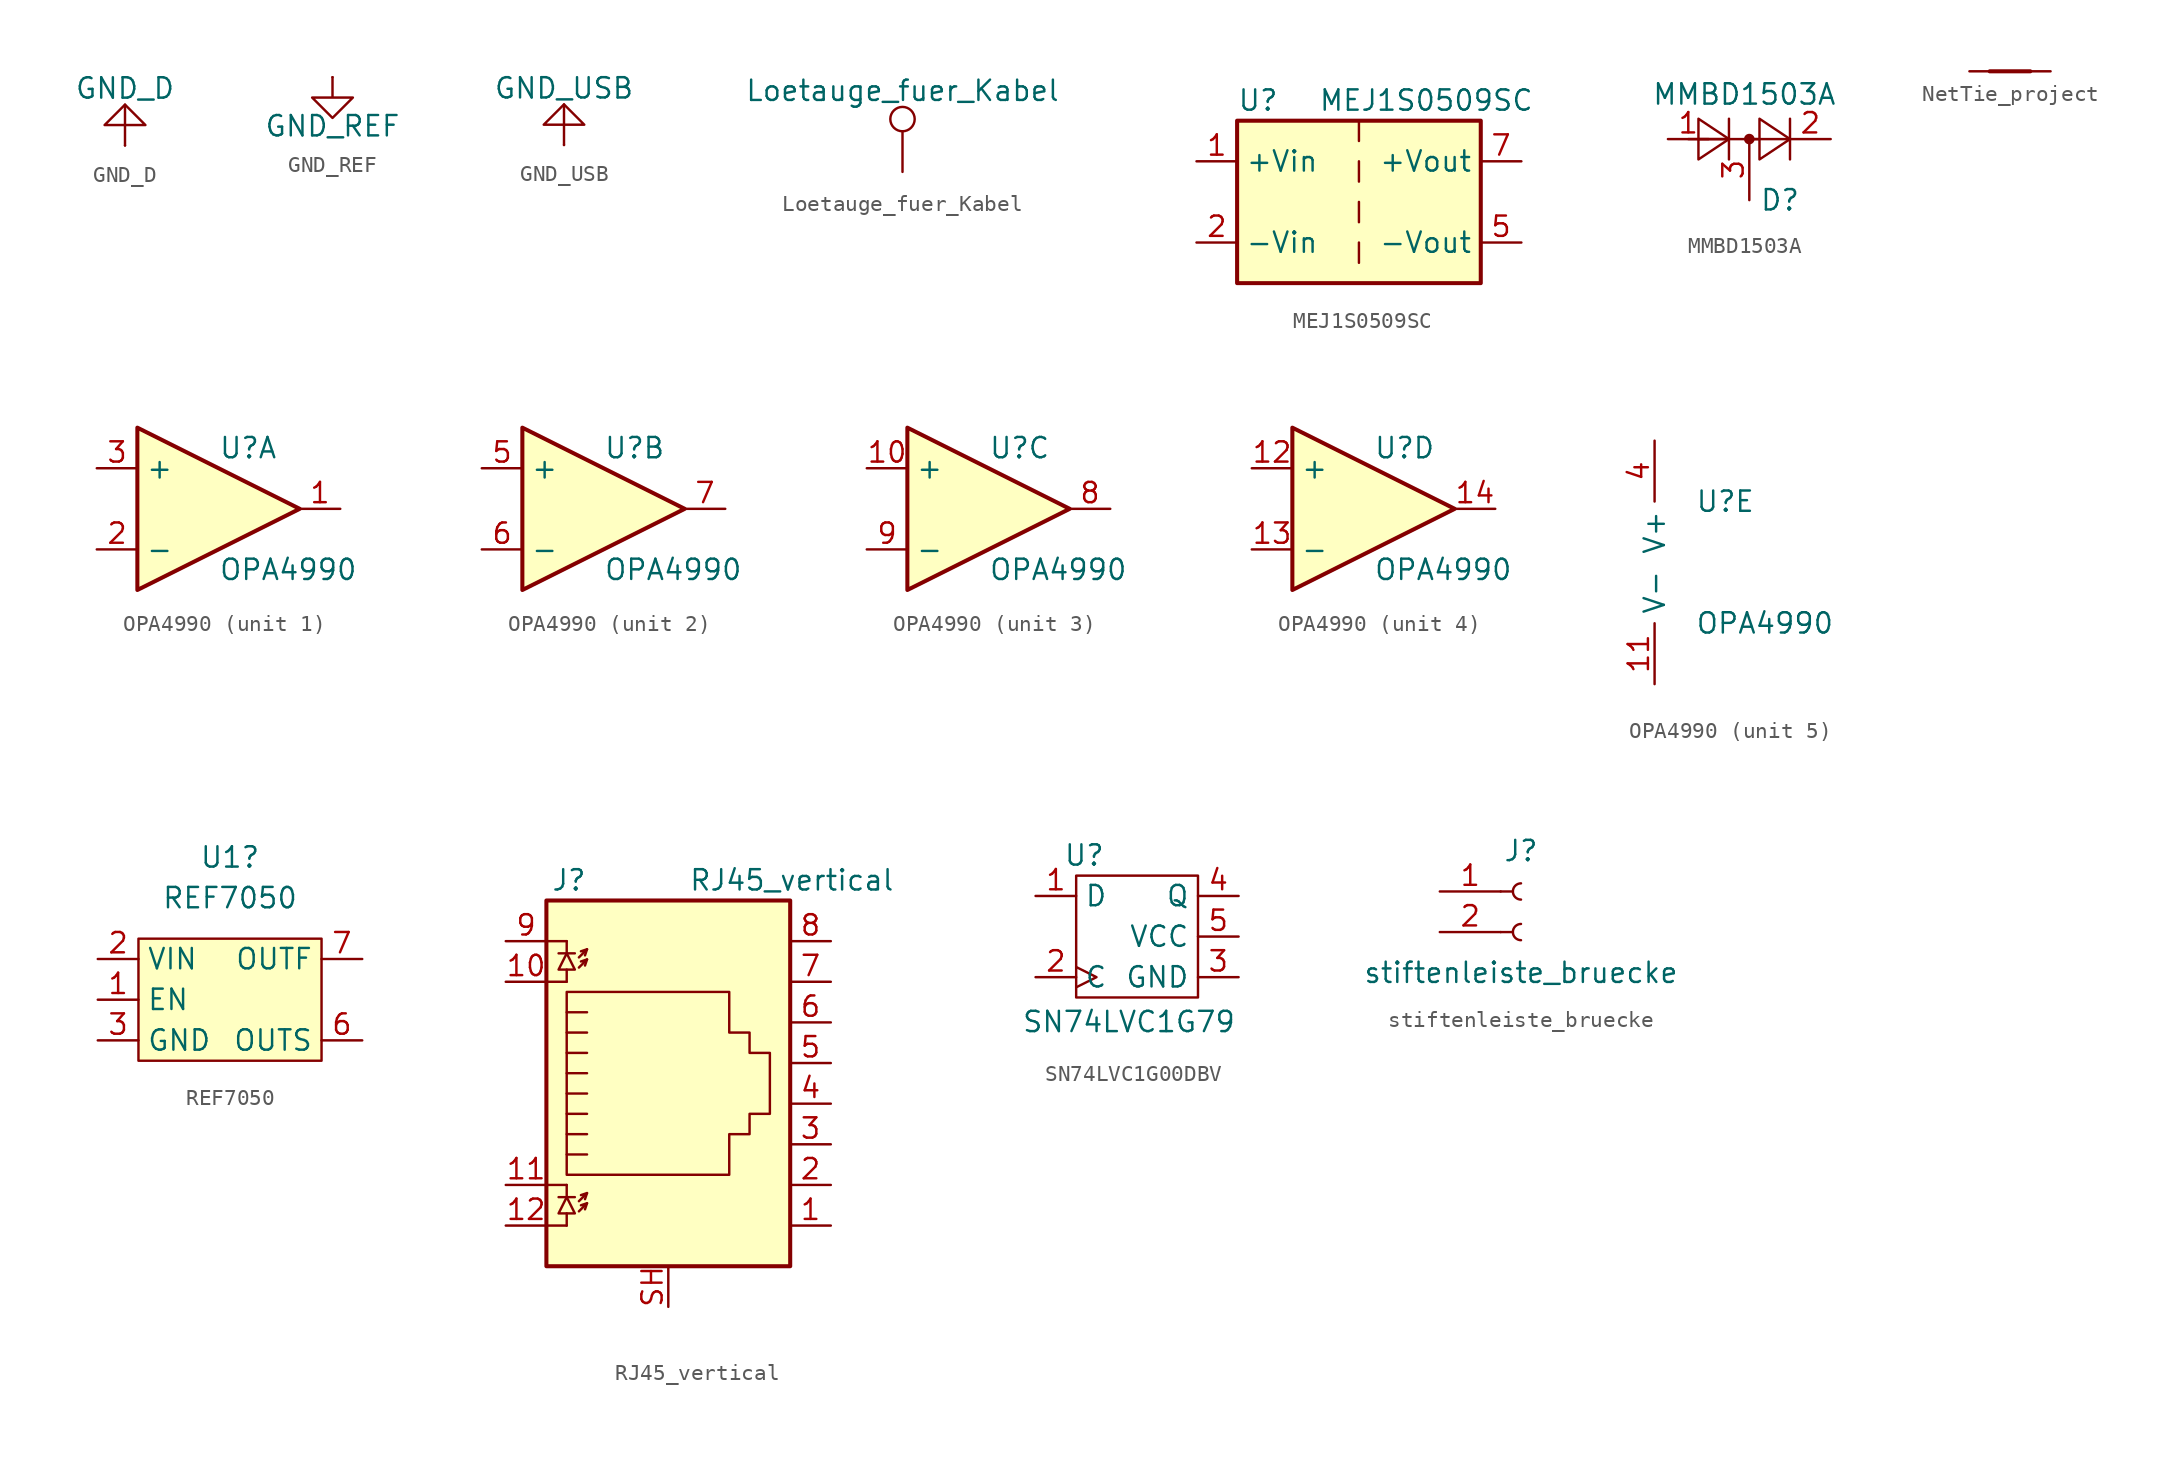
<source format=kicad_sym>
(kicad_symbol_lib
  (version 20241209)
  (generator "kicad_symbol_editor")
  (generator_version "9.0")
  (symbol "GND_D"
    (power)
    (pin_numbers
      (hide yes))
    (pin_names
      (offset 0)
      (hide yes))
    (property "Reference" "#PWRGND_D"
      (at 0 -3.81 0)
      (effects (font (size 1.27 1.27)) (hide yes)))
    (property "Value" "GND_D"
      (at 0 3.556 0)
      (effects (font (size 1.27 1.27))))
    (symbol "GND_D_0_1"
      (polyline (pts (xy 0 0) (xy 0 2.54)) (stroke (width 0) (type default)) (fill (type none)))
      (polyline (pts (xy 1.27 1.27) (xy 0 2.54) (xy -1.27 1.27) (xy 1.27 1.27)) (stroke (width 0) (type default)) (fill (type none))))
    (symbol "GND_D_1_1"
      (pin power_in line (at 0 0 90) (length 0) (name "~" (effects (font (size 1.27 1.27)))) (number "1" (effects (font (size 1.27 1.27)))))))
  (symbol "GND_REF"
    (power)
    (pin_numbers
      (hide yes))
    (pin_names
      (offset 0)
      (hide yes))
    (property "Reference" "#PWR_REF"
      (at 0 -6.35 0)
      (effects (font (size 1.27 1.27)) (hide yes)))
    (property "Value" "GND_REF"
      (at 0 -3.048 0)
      (effects (font (size 1.27 1.27))))
    (symbol "GND_REF_0_1"
      (polyline (pts (xy 0 0) (xy 0 -1.27) (xy 1.27 -1.27) (xy 0 -2.54) (xy -1.27 -1.27) (xy 0 -1.27)) (stroke (width 0) (type default)) (fill (type none))))
    (symbol "GND_REF_1_1"
      (pin power_in line (at 0 0 270) (length 0) (name "~" (effects (font (size 1.27 1.27)))) (number "1" (effects (font (size 1.27 1.27)))))))
  (symbol "GND_USB"
    (power)
    (pin_numbers
      (hide yes))
    (pin_names
      (offset 0)
      (hide yes))
    (property "Reference" "#PWR"
      (at 0 -3.81 0)
      (effects (font (size 1.27 1.27)) (hide yes)))
    (property "Value" "GND_USB"
      (at 0 3.556 0)
      (effects (font (size 1.27 1.27))))
    (symbol "GND_USB_0_1"
      (polyline (pts (xy 0 0) (xy 0 2.54)) (stroke (width 0) (type default)) (fill (type none)))
      (polyline (pts (xy 1.27 1.27) (xy 0 2.54) (xy -1.27 1.27) (xy 1.27 1.27)) (stroke (width 0) (type default)) (fill (type none))))
    (symbol "GND_USB_1_1"
      (pin power_in line (at 0 0 90) (length 0) (name "~" (effects (font (size 1.27 1.27)))) (number "1" (effects (font (size 1.27 1.27)))))))
  (symbol "Loetauge_fuer_Kabel"
    (pin_numbers
      (hide yes))
    (pin_names
      (offset 0.762)
      (hide yes))
    (property "Reference" "TP"
      (at 0 6.858 0)
      (effects (font (size 1.27 1.27)) (hide yes)))
    (property "Value" "Loetauge_fuer_Kabel"
      (at 0 5.08 0)
      (effects (font (size 1.27 1.27))))
    (symbol "Loetauge_fuer_Kabel_0_1"
      (circle (center 0 3.302) (radius 0.762) (stroke (width 0) (type default)) (fill (type none))))
    (symbol "Loetauge_fuer_Kabel_1_1"
      (pin passive line (at 0 0 90) (length 2.54) (name "1" (effects (font (size 1.27 1.27)))) (number "1" (effects (font (size 1.27 1.27)))))))
  (symbol "MEJ1S0509SC"
    (property "Reference" "U"
      (at -7.62 6.35 0)
      (effects (font (size 1.27 1.27)) (justify left)))
    (property "Value" "MEJ1S0509SC"
      (at -2.54 6.35 0)
      (effects (font (size 1.27 1.27)) (justify left)))
    (symbol "MEJ1S0509SC_0_1"
      (rectangle (start -7.62 5.08) (end 7.62 -5.08) (stroke (width 0.254) (type default)) (fill (type background)))
      (polyline (pts (xy 0 5.08) (xy 0 3.81)) (stroke (width 0) (type default)) (fill (type none)))
      (polyline (pts (xy 0 2.54) (xy 0 1.27)) (stroke (width 0) (type default)) (fill (type none)))
      (polyline (pts (xy 0 0) (xy 0 -1.27)) (stroke (width 0) (type default)) (fill (type none)))
      (polyline (pts (xy 0 -2.54) (xy 0 -3.81)) (stroke (width 0) (type default)) (fill (type none))))
    (symbol "MEJ1S0509SC_1_1"
      (pin power_in line (at -10.16 2.54 0) (length 2.54) (name "+Vin" (effects (font (size 1.27 1.27)))) (number "1" (effects (font (size 1.27 1.27)))))
      (pin power_in line (at -10.16 -2.54 0) (length 2.54) (name "-Vin" (effects (font (size 1.27 1.27)))) (number "2" (effects (font (size 1.27 1.27)))))
      (pin power_out line (at 10.16 2.54 180) (length 2.54) (name "+Vout" (effects (font (size 1.27 1.27)))) (number "7" (effects (font (size 1.27 1.27)))))
      (pin power_out line (at 10.16 -2.54 180) (length 2.54) (name "-Vout" (effects (font (size 1.27 1.27)))) (number "5" (effects (font (size 1.27 1.27)))))))
  (symbol "MMBD1503A"
    (pin_names
      (offset 1.016))
    (property "Reference" "D"
      (at 0.635 -1.27 0)
      (effects (font (size 1.27 1.27)) (justify left)))
    (property "Value" "MMBD1503A"
      (at -6.096 5.334 0)
      (effects (font (size 1.27 1.27)) (justify left)))
    (symbol "MMBD1503A_0_1"
      (polyline (pts (xy -3.81 2.54) (xy -1.27 2.54)) (stroke (width 0) (type default)) (fill (type none)))
      (polyline (pts (xy -3.175 3.81) (xy -3.175 1.27) (xy -1.27 2.54) (xy -3.175 3.81)) (stroke (width 0) (type default)) (fill (type none)))
      (polyline (pts (xy -3.175 2.54) (xy 0.635 2.54)) (stroke (width 0) (type default)) (fill (type none)))
      (polyline (pts (xy -1.27 1.27) (xy -1.27 3.81)) (stroke (width 0) (type default)) (fill (type none)))
      (circle (center 0 2.54) (radius 0.254) (stroke (width 0) (type default)) (fill (type outline)))
      (polyline (pts (xy 0 2.54) (xy 2.54 2.54)) (stroke (width 0) (type default)) (fill (type none)))
      (polyline (pts (xy 0.635 3.81) (xy 0.635 1.27) (xy 2.54 2.54) (xy 0.635 3.81)) (stroke (width 0) (type default)) (fill (type none)))
      (polyline (pts (xy 2.54 1.27) (xy 2.54 3.81)) (stroke (width 0) (type default)) (fill (type none))))
    (symbol "MMBD1503A_1_1"
      (pin passive line (at -5.08 2.54 0) (length 2.54) (name "~" (effects (font (size 1.27 1.27)))) (number "1" (effects (font (size 1.27 1.27)))))
      (pin passive line (at 0 -1.27 90) (length 3.81) (name "~" (effects (font (size 1.27 1.27)))) (number "3" (effects (font (size 1.27 1.27)))))
      (pin passive line (at 5.08 2.54 180) (length 2.54) (name "~" (effects (font (size 1.27 1.27)))) (number "2" (effects (font (size 1.27 1.27)))))))
  (symbol "NetTie_project"
    (pin_numbers
      (hide yes))
    (pin_names
      (offset 0)
      (hide yes))
    (property "Reference" "NT"
      (at 0 1.27 0)
      (effects (font (size 1.27 1.27)) (hide yes)))
    (symbol "NetTie_project_0_1"
      (polyline (pts (xy -1.27 0) (xy 1.27 0)) (stroke (width 0.254) (type default)) (fill (type none))))
    (symbol "NetTie_project_1_1"
      (pin passive line (at -2.54 0 0) (length 2.54) (name "1" (effects (font (size 1.27 1.27)))) (number "1" (effects (font (size 1.27 1.27)))))
      (pin passive line (at 2.54 0 180) (length 2.54) (name "2" (effects (font (size 1.27 1.27)))) (number "2" (effects (font (size 1.27 1.27)))))))
  (symbol "OPA4990"
    (property "Reference" "U"
      (at 0 3.81 0)
      (effects (font (size 1.27 1.27)) (justify left)))
    (property "Value" "OPA4990"
      (at 0 -3.81 0)
      (effects (font (size 1.27 1.27)) (justify left)))
    (property "ki_locked" ""
      (at 0 0 0)
      (effects (font (size 1.27 1.27))))
    (symbol "OPA4990_1_1"
      (polyline (pts (xy -5.08 5.08) (xy 5.08 0) (xy -5.08 -5.08) (xy -5.08 5.08)) (stroke (width 0.254) (type default)) (fill (type background)))
      (pin input line (at -7.62 2.54 0) (length 2.54) (name "+" (effects (font (size 1.27 1.27)))) (number "3" (effects (font (size 1.27 1.27)))))
      (pin input line (at -7.62 -2.54 0) (length 2.54) (name "-" (effects (font (size 1.27 1.27)))) (number "2" (effects (font (size 1.27 1.27)))))
      (pin output line (at 7.62 0 180) (length 2.54) (name "~" (effects (font (size 1.27 1.27)))) (number "1" (effects (font (size 1.27 1.27))))))
    (symbol "OPA4990_2_1"
      (polyline (pts (xy -5.08 5.08) (xy 5.08 0) (xy -5.08 -5.08) (xy -5.08 5.08)) (stroke (width 0.254) (type default)) (fill (type background)))
      (pin input line (at -7.62 2.54 0) (length 2.54) (name "+" (effects (font (size 1.27 1.27)))) (number "5" (effects (font (size 1.27 1.27)))))
      (pin input line (at -7.62 -2.54 0) (length 2.54) (name "-" (effects (font (size 1.27 1.27)))) (number "6" (effects (font (size 1.27 1.27)))))
      (pin output line (at 7.62 0 180) (length 2.54) (name "~" (effects (font (size 1.27 1.27)))) (number "7" (effects (font (size 1.27 1.27))))))
    (symbol "OPA4990_3_1"
      (polyline (pts (xy -5.08 5.08) (xy 5.08 0) (xy -5.08 -5.08) (xy -5.08 5.08)) (stroke (width 0.254) (type default)) (fill (type background)))
      (pin input line (at -7.62 2.54 0) (length 2.54) (name "+" (effects (font (size 1.27 1.27)))) (number "10" (effects (font (size 1.27 1.27)))))
      (pin input line (at -7.62 -2.54 0) (length 2.54) (name "-" (effects (font (size 1.27 1.27)))) (number "9" (effects (font (size 1.27 1.27)))))
      (pin output line (at 7.62 0 180) (length 2.54) (name "~" (effects (font (size 1.27 1.27)))) (number "8" (effects (font (size 1.27 1.27))))))
    (symbol "OPA4990_4_1"
      (polyline (pts (xy -5.08 5.08) (xy 5.08 0) (xy -5.08 -5.08) (xy -5.08 5.08)) (stroke (width 0.254) (type default)) (fill (type background)))
      (pin input line (at -7.62 2.54 0) (length 2.54) (name "+" (effects (font (size 1.27 1.27)))) (number "12" (effects (font (size 1.27 1.27)))))
      (pin input line (at -7.62 -2.54 0) (length 2.54) (name "-" (effects (font (size 1.27 1.27)))) (number "13" (effects (font (size 1.27 1.27)))))
      (pin output line (at 7.62 0 180) (length 2.54) (name "~" (effects (font (size 1.27 1.27)))) (number "14" (effects (font (size 1.27 1.27))))))
    (symbol "OPA4990_5_1"
      (pin power_in line (at -2.54 7.62 270) (length 3.81) (name "V+" (effects (font (size 1.27 1.27)))) (number "4" (effects (font (size 1.27 1.27)))))
      (pin power_in line (at -2.54 -7.62 90) (length 3.81) (name "V-" (effects (font (size 1.27 1.27)))) (number "11" (effects (font (size 1.27 1.27)))))))
  (symbol "REF7050"
    (property "Reference" "U1"
      (at 4.445 8.89 0)
      (effects (font (size 1.27 1.27))))
    (property "Value" "REF7050"
      (at 4.445 6.35 0)
      (effects (font (size 1.27 1.27))))
    (symbol "REF7050_1_1"
      (rectangle (start -1.27 3.81) (end 10.16 -3.81) (stroke (width 0) (type default)) (fill (type background)))
      (pin power_in line (at -3.81 2.54 0) (length 2.54) (name "VIN" (effects (font (size 1.27 1.27)))) (number "2" (effects (font (size 1.27 1.27)))))
      (pin input line (at -3.81 0 0) (length 2.54) (name "EN" (effects (font (size 1.27 1.27)))) (number "1" (effects (font (size 1.27 1.27)))))
      (pin power_in line (at -3.81 -2.54 0) (length 2.54) (name "GND" (effects (font (size 1.27 1.27)))) (number "3" (effects (font (size 1.27 1.27)))))
      (pin passive line (at -3.81 -2.54 0) (length 2.54) (hide yes) (name "GND" (effects (font (size 1.27 1.27)))) (number "4" (effects (font (size 1.27 1.27)))))
      (pin passive line (at -3.81 -2.54 0) (length 2.54) (hide yes) (name "GND" (effects (font (size 1.27 1.27)))) (number "5" (effects (font (size 1.27 1.27)))))
      (pin passive line (at -3.81 -2.54 0) (length 2.54) (hide yes) (name "GND" (effects (font (size 1.27 1.27)))) (number "8" (effects (font (size 1.27 1.27)))))
      (pin output line (at 12.7 2.54 180) (length 2.54) (name "OUTF" (effects (font (size 1.27 1.27)))) (number "7" (effects (font (size 1.27 1.27)))))
      (pin input line (at 12.7 -2.54 180) (length 2.54) (name "OUTS" (effects (font (size 1.27 1.27)))) (number "6" (effects (font (size 1.27 1.27)))))))
  (symbol "RJ45_vertical"
    (pin_names
      (offset 1.016))
    (property "Reference" "J"
      (at -5.08 13.97 0)
      (effects (font (size 1.27 1.27)) (justify right)))
    (property "Value" "RJ45_vertical"
      (at 1.27 13.97 0)
      (effects (font (size 1.27 1.27)) (justify left)))
    (symbol "RJ45_vertical_0_1"
      (polyline (pts (xy -7.62 10.16) (xy -6.35 10.16)) (stroke (width 0) (type default)) (fill (type none)))
      (polyline (pts (xy -7.62 7.62) (xy -6.35 7.62)) (stroke (width 0) (type default)) (fill (type none)))
      (polyline (pts (xy -7.62 -5.08) (xy -6.35 -5.08)) (stroke (width 0) (type default)) (fill (type none)))
      (polyline (pts (xy -7.62 -7.62) (xy -6.35 -7.62)) (stroke (width 0) (type default)) (fill (type none)))
      (polyline (pts (xy -6.858 9.398) (xy -5.842 9.398)) (stroke (width 0) (type default)) (fill (type none)))
      (polyline (pts (xy -6.858 -5.842) (xy -5.842 -5.842)) (stroke (width 0) (type default)) (fill (type none)))
      (polyline (pts (xy -6.35 10.16) (xy -6.35 9.398)) (stroke (width 0) (type default)) (fill (type none)))
      (polyline (pts (xy -6.35 9.398) (xy -6.858 8.382) (xy -5.842 8.382) (xy -6.35 9.398)) (stroke (width 0) (type default)) (fill (type none)))
      (polyline (pts (xy -6.35 7.62) (xy -6.35 8.382)) (stroke (width 0) (type default)) (fill (type none)))
      (polyline (pts (xy -6.35 1.905) (xy -5.08 1.905) (xy -5.08 1.905)) (stroke (width 0) (type default)) (fill (type none)))
      (polyline (pts (xy -6.35 0.635) (xy -5.08 0.635) (xy -5.08 0.635)) (stroke (width 0) (type default)) (fill (type none)))
      (polyline (pts (xy -6.35 -0.635) (xy -5.08 -0.635) (xy -5.08 -0.635)) (stroke (width 0) (type default)) (fill (type none)))
      (polyline (pts (xy -6.35 -1.905) (xy -5.08 -1.905) (xy -5.08 -1.905)) (stroke (width 0) (type default)) (fill (type none)))
      (polyline (pts (xy -6.35 -3.175) (xy -5.08 -3.175) (xy -5.08 -3.175)) (stroke (width 0) (type default)) (fill (type none)))
      (polyline (pts (xy -6.35 -4.445) (xy -6.35 6.985) (xy 3.81 6.985) (xy 3.81 4.445) (xy 5.08 4.445) (xy 5.08 3.175) (xy 6.35 3.175) (xy 6.35 -0.635) (xy 5.08 -0.635) (xy 5.08 -1.905) (xy 3.81 -1.905) (xy 3.81 -4.445) (xy -6.35 -4.445) (xy -6.35 -4.445)) (stroke (width 0) (type default)) (fill (type none)))
      (polyline (pts (xy -6.35 -5.08) (xy -6.35 -5.842)) (stroke (width 0) (type default)) (fill (type none)))
      (polyline (pts (xy -6.35 -5.842) (xy -6.858 -6.858) (xy -5.842 -6.858) (xy -6.35 -5.842)) (stroke (width 0) (type default)) (fill (type none)))
      (polyline (pts (xy -6.35 -7.62) (xy -6.35 -6.858)) (stroke (width 0) (type default)) (fill (type none)))
      (polyline (pts (xy -5.588 9.144) (xy -5.08 9.652) (xy -5.461 9.525)) (stroke (width 0) (type default)) (fill (type none)))
      (polyline (pts (xy -5.588 8.509) (xy -5.08 9.017) (xy -5.461 8.89)) (stroke (width 0) (type default)) (fill (type none)))
      (polyline (pts (xy -5.588 -6.096) (xy -5.08 -5.588) (xy -5.461 -5.715)) (stroke (width 0) (type default)) (fill (type none)))
      (polyline (pts (xy -5.588 -6.731) (xy -5.08 -6.223) (xy -5.461 -6.35)) (stroke (width 0) (type default)) (fill (type none)))
      (polyline (pts (xy -5.08 9.652) (xy -5.207 9.271)) (stroke (width 0) (type default)) (fill (type none)))
      (polyline (pts (xy -5.08 9.017) (xy -5.207 8.636)) (stroke (width 0) (type default)) (fill (type none)))
      (polyline (pts (xy -5.08 5.715) (xy -6.35 5.715)) (stroke (width 0) (type default)) (fill (type none)))
      (polyline (pts (xy -5.08 4.445) (xy -6.35 4.445)) (stroke (width 0) (type default)) (fill (type none)))
      (polyline (pts (xy -5.08 3.175) (xy -6.35 3.175) (xy -6.35 3.175)) (stroke (width 0) (type default)) (fill (type none)))
      (polyline (pts (xy -5.08 -5.588) (xy -5.207 -5.969)) (stroke (width 0) (type default)) (fill (type none)))
      (polyline (pts (xy -5.08 -6.223) (xy -5.207 -6.604)) (stroke (width 0) (type default)) (fill (type none)))
      (rectangle (start 7.62 12.7) (end -7.62 -10.16) (stroke (width 0.254) (type default)) (fill (type background))))
    (symbol "RJ45_vertical_1_1"
      (pin passive line (at -10.16 10.16 0) (length 2.54) (name "~" (effects (font (size 1.27 1.27)))) (number "9" (effects (font (size 1.27 1.27)))))
      (pin passive line (at -10.16 7.62 0) (length 2.54) (name "~" (effects (font (size 1.27 1.27)))) (number "10" (effects (font (size 1.27 1.27)))))
      (pin passive line (at -10.16 -5.08 0) (length 2.54) (name "~" (effects (font (size 1.27 1.27)))) (number "11" (effects (font (size 1.27 1.27)))))
      (pin passive line (at -10.16 -7.62 0) (length 2.54) (name "~" (effects (font (size 1.27 1.27)))) (number "12" (effects (font (size 1.27 1.27)))))
      (pin passive line (at 0 -12.7 90) (length 2.54) (name "~" (effects (font (size 1.27 1.27)))) (number "SH" (effects (font (size 1.27 1.27)))))
      (pin passive line (at 10.16 10.16 180) (length 2.54) (name "~" (effects (font (size 1.27 1.27)))) (number "8" (effects (font (size 1.27 1.27)))))
      (pin passive line (at 10.16 7.62 180) (length 2.54) (name "~" (effects (font (size 1.27 1.27)))) (number "7" (effects (font (size 1.27 1.27)))))
      (pin passive line (at 10.16 5.08 180) (length 2.54) (name "~" (effects (font (size 1.27 1.27)))) (number "6" (effects (font (size 1.27 1.27)))))
      (pin passive line (at 10.16 2.54 180) (length 2.54) (name "~" (effects (font (size 1.27 1.27)))) (number "5" (effects (font (size 1.27 1.27)))))
      (pin passive line (at 10.16 0 180) (length 2.54) (name "~" (effects (font (size 1.27 1.27)))) (number "4" (effects (font (size 1.27 1.27)))))
      (pin passive line (at 10.16 -2.54 180) (length 2.54) (name "~" (effects (font (size 1.27 1.27)))) (number "3" (effects (font (size 1.27 1.27)))))
      (pin passive line (at 10.16 -5.08 180) (length 2.54) (name "~" (effects (font (size 1.27 1.27)))) (number "2" (effects (font (size 1.27 1.27)))))
      (pin passive line (at 10.16 -7.62 180) (length 2.54) (name "~" (effects (font (size 1.27 1.27)))) (number "1" (effects (font (size 1.27 1.27)))))))
  (symbol "SN74LVC1G00DBV"
    (property "Reference" "U"
      (at -3.302 5.08 0)
      (effects (font (size 1.27 1.27))))
    (property "Value" "SN74LVC1G79"
      (at -0.508 -5.334 0)
      (effects (font (size 1.27 1.27))))
    (symbol "SN74LVC1G00DBV_0_1"
      (rectangle (start -3.81 3.81) (end 3.81 -3.81) (stroke (width 0) (type default)) (fill (type none))))
    (symbol "SN74LVC1G00DBV_1_1"
      (pin input line (at -6.35 2.54 0) (length 2.54) (name "D" (effects (font (size 1.27 1.27)))) (number "1" (effects (font (size 1.27 1.27)))))
      (pin input clock (at -6.35 -2.54 0) (length 2.54) (name "C" (effects (font (size 1.27 1.27)))) (number "2" (effects (font (size 1.27 1.27)))))
      (pin output line (at 6.35 2.54 180) (length 2.54) (name "Q" (effects (font (size 1.27 1.27)))) (number "4" (effects (font (size 1.27 1.27)))))
      (pin power_in line (at 6.35 0 180) (length 2.54) (name "VCC" (effects (font (size 1.27 1.27)))) (number "5" (effects (font (size 1.27 1.27)))))
      (pin power_in line (at 6.35 -2.54 180) (length 2.54) (name "GND" (effects (font (size 1.27 1.27)))) (number "3" (effects (font (size 1.27 1.27)))))))
  (symbol "stiftenleiste_bruecke"
    (pin_names
      (offset 1.016)
      (hide yes))
    (property "Reference" "J"
      (at 0 2.54 0)
      (effects (font (size 1.27 1.27))))
    (property "Value" "stiftenleiste_bruecke"
      (at 0 -5.08 0)
      (effects (font (size 1.27 1.27))))
    (symbol "stiftenleiste_bruecke_1_1"
      (polyline (pts (xy -1.27 0) (xy -0.508 0)) (stroke (width 0.152) (type default)) (fill (type none)))
      (polyline (pts (xy -1.27 -2.54) (xy -0.508 -2.54)) (stroke (width 0.152) (type default)) (fill (type none)))
      (arc (start 0 -0.508) (mid -0.5058 0) (end 0 0.508) (stroke (width 0.1524) (type default)) (fill (type none)))
      (arc (start 0 -3.048) (mid -0.5058 -2.54) (end 0 -2.032) (stroke (width 0.1524) (type default)) (fill (type none)))
      (pin passive line (at -5.08 0 0) (length 3.81) (name "Pin_1" (effects (font (size 1.27 1.27)))) (number "1" (effects (font (size 1.27 1.27)))))
      (pin passive line (at -5.08 -2.54 0) (length 3.81) (name "Pin_2" (effects (font (size 1.27 1.27)))) (number "2" (effects (font (size 1.27 1.27))))))))
</source>
